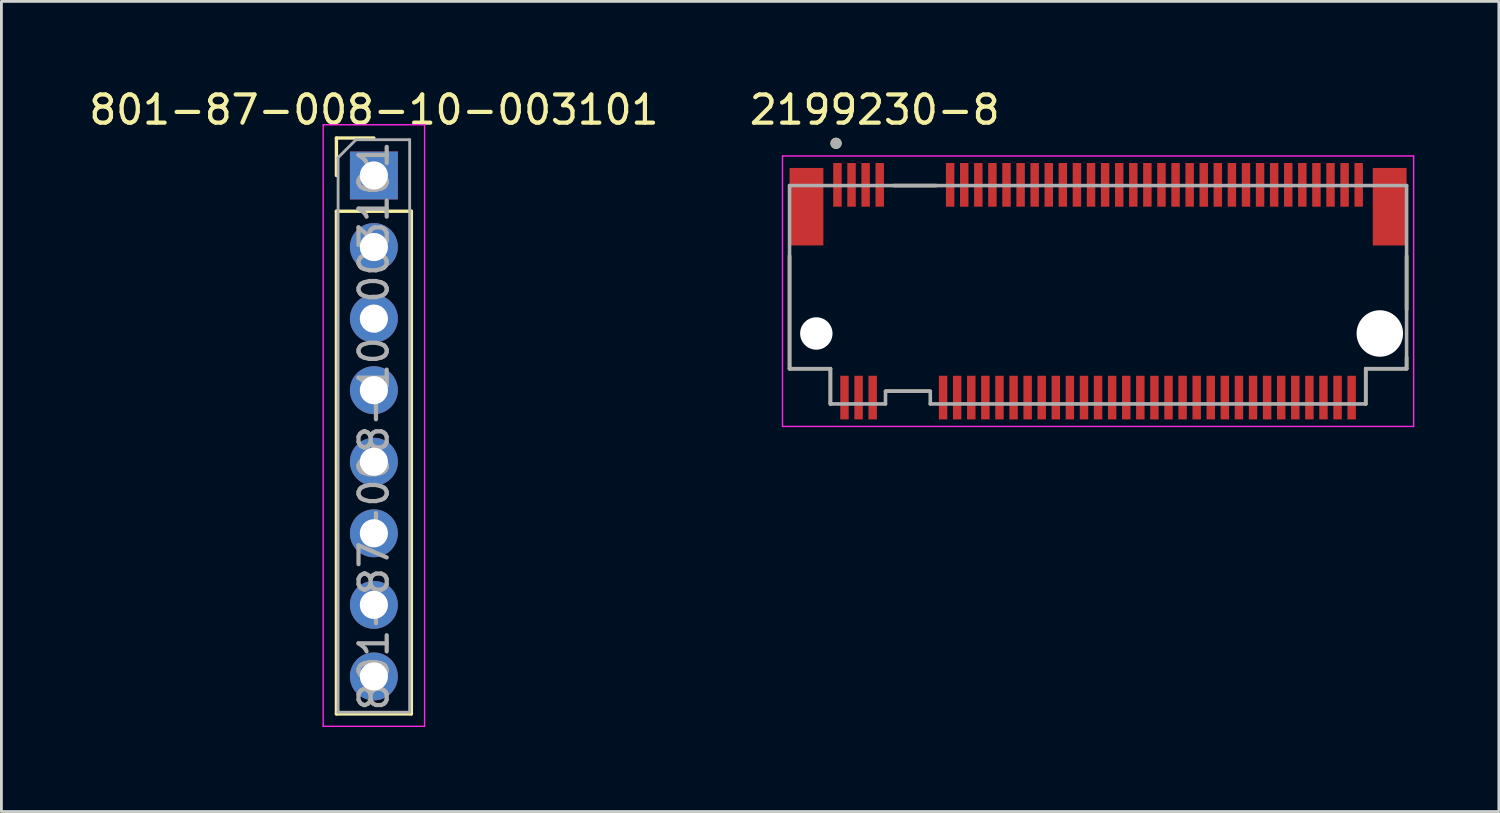
<source format=kicad_pcb>
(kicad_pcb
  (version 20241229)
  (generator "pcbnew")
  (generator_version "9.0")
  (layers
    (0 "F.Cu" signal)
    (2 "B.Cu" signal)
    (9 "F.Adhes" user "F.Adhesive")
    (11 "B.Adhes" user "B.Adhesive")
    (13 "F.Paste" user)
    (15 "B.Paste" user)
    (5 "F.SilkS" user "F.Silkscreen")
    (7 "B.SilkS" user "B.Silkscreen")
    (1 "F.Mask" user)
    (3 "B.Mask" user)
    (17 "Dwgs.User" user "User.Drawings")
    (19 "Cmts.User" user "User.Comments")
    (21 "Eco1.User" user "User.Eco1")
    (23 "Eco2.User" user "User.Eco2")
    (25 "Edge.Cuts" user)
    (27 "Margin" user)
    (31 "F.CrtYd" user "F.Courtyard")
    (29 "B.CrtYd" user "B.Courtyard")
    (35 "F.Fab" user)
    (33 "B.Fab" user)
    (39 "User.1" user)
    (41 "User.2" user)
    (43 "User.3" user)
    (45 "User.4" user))
  (footprint "801-87-008-10-003101"
    (layer "F.Cu")
    (at 10.22 3.178)
    (property "Reference" "801-87-008-10-003101" (at 0 -2.33 0) (layer "F.SilkS") (effects (font (size 1 1) (thickness 0.15))))
    (attr through_hole)
    (fp_line (start -1.33 -1.33) (end 0 -1.33) (stroke (width 0.12) (type solid)) (layer "F.SilkS"))
    (fp_line (start -1.33 0) (end -1.33 -1.33) (stroke (width 0.12) (type solid)) (layer "F.SilkS"))
    (fp_line (start -1.33 1.27) (end -1.33 19.11) (stroke (width 0.12) (type solid)) (layer "F.SilkS"))
    (fp_line (start -1.33 1.27) (end 1.33 1.27) (stroke (width 0.12) (type solid)) (layer "F.SilkS"))
    (fp_line (start -1.33 19.11) (end 1.33 19.11) (stroke (width 0.12) (type solid)) (layer "F.SilkS"))
    (fp_line (start 1.33 1.27) (end 1.33 19.11) (stroke (width 0.12) (type solid)) (layer "F.SilkS"))
    (fp_line (start -1.8 -1.8) (end -1.8 19.55) (stroke (width 0.05) (type solid)) (layer "F.CrtYd"))
    (fp_line (start -1.8 19.55) (end 1.8 19.55) (stroke (width 0.05) (type solid)) (layer "F.CrtYd"))
    (fp_line (start 1.8 -1.8) (end -1.8 -1.8) (stroke (width 0.05) (type solid)) (layer "F.CrtYd"))
    (fp_line (start 1.8 19.55) (end 1.8 -1.8) (stroke (width 0.05) (type solid)) (layer "F.CrtYd"))
    (fp_line (start -1.27 -0.635) (end -0.635 -1.27) (stroke (width 0.1) (type solid)) (layer "F.Fab"))
    (fp_line (start -1.27 19.05) (end -1.27 -0.635) (stroke (width 0.1) (type solid)) (layer "F.Fab"))
    (fp_line (start -0.635 -1.27) (end 1.27 -1.27) (stroke (width 0.1) (type solid)) (layer "F.Fab"))
    (fp_line (start 1.27 -1.27) (end 1.27 19.05) (stroke (width 0.1) (type solid)) (layer "F.Fab"))
    (fp_line (start 1.27 19.05) (end -1.27 19.05) (stroke (width 0.1) (type solid)) (layer "F.Fab"))
    (fp_text user "${REFERENCE}" (at 0 8.89 90) (layer "F.Fab") (effects (font (size 1 1) (thickness 0.15))))
    (pad "1" thru_hole rect (at 0 0) (size 1.7 1.7) (drill 1) (layers "*.Cu" "*.Mask"))
    (pad "2" thru_hole oval (at 0 2.54) (size 1.7 1.7) (drill 1) (layers "*.Cu" "*.Mask"))
    (pad "3" thru_hole oval (at 0 5.08) (size 1.7 1.7) (drill 1) (layers "*.Cu" "*.Mask"))
    (pad "4" thru_hole oval (at 0 7.62) (size 1.7 1.7) (drill 1) (layers "*.Cu" "*.Mask"))
    (pad "5" thru_hole oval (at 0 10.16) (size 1.7 1.7) (drill 1) (layers "*.Cu" "*.Mask"))
    (pad "6" thru_hole oval (at 0 12.7) (size 1.7 1.7) (drill 1) (layers "*.Cu" "*.Mask"))
    (pad "7" thru_hole oval (at 0 15.24) (size 1.7 1.7) (drill 1) (layers "*.Cu" "*.Mask"))
    (pad "8" thru_hole oval (at 0 17.78) (size 1.7 1.7) (drill 1) (layers "*.Cu" "*.Mask")))
  (footprint "2199230-8"
    (layer "F.Cu")
    (at 35.923 8.786)
    (property "Reference" "2199230-8" (at -7.928 -7.938 0) (layer "F.SilkS") (effects (font (size 1 1) (thickness 0.15))))
    (attr smd)
    (fp_line (start -10.95 1.25) (end -10.95 -2.75) (stroke (width 0.127) (type solid)) (layer "F.SilkS"))
    (fp_line (start -10.95 1.25) (end -9.5 1.25) (stroke (width 0.127) (type solid)) (layer "F.SilkS"))
    (fp_line (start -9.5 1.25) (end -9.5 2.5) (stroke (width 0.127) (type solid)) (layer "F.SilkS"))
    (fp_line (start -7.5 2.05) (end -6 2.05) (stroke (width 0.127) (type solid)) (layer "F.SilkS"))
    (fp_line (start -5.75 -5.25) (end -7.25 -5.25) (stroke (width 0.127) (type solid)) (layer "F.SilkS"))
    (fp_line (start 9.5 1.25) (end 9.5 2.5) (stroke (width 0.127) (type solid)) (layer "F.SilkS"))
    (fp_line (start 10.95 -0.85) (end 10.95 -2.75) (stroke (width 0.127) (type solid)) (layer "F.SilkS"))
    (fp_line (start 10.95 1.25) (end 9.5 1.25) (stroke (width 0.127) (type solid)) (layer "F.SilkS"))
    (fp_line (start 10.95 1.25) (end 10.95 0.85) (stroke (width 0.127) (type solid)) (layer "F.SilkS"))
    (fp_circle (center -9.3 -6.75) (end -9.2 -6.75) (stroke (width 0.2) (type solid)) (fill no) (layer "F.SilkS"))
    (fp_line (start -11.2 -6.3) (end 11.2 -6.3) (stroke (width 0.05) (type solid)) (layer "F.CrtYd"))
    (fp_line (start -11.2 3.3) (end -11.2 -6.3) (stroke (width 0.05) (type solid)) (layer "F.CrtYd"))
    (fp_line (start 11.2 -6.3) (end 11.2 3.3) (stroke (width 0.05) (type solid)) (layer "F.CrtYd"))
    (fp_line (start 11.2 3.3) (end -11.2 3.3) (stroke (width 0.05) (type solid)) (layer "F.CrtYd"))
    (fp_line (start -10.95 -5.25) (end -10.95 1.25) (stroke (width 0.127) (type solid)) (layer "F.Fab"))
    (fp_line (start -10.95 -5.25) (end 10.95 -5.25) (stroke (width 0.127) (type solid)) (layer "F.Fab"))
    (fp_line (start -10.95 1.25) (end -9.5 1.25) (stroke (width 0.127) (type solid)) (layer "F.Fab"))
    (fp_line (start -9.5 1.25) (end -9.5 2.5) (stroke (width 0.127) (type solid)) (layer "F.Fab"))
    (fp_line (start -9.5 2.5) (end -7.545 2.5) (stroke (width 0.127) (type solid)) (layer "F.Fab"))
    (fp_line (start -7.545 2.05) (end -5.955 2.05) (stroke (width 0.127) (type solid)) (layer "F.Fab"))
    (fp_line (start -7.545 2.5) (end -7.545 2.05) (stroke (width 0.127) (type solid)) (layer "F.Fab"))
    (fp_line (start -5.955 2.05) (end -5.955 2.5) (stroke (width 0.127) (type solid)) (layer "F.Fab"))
    (fp_line (start -5.955 2.5) (end 9.5 2.5) (stroke (width 0.127) (type solid)) (layer "F.Fab"))
    (fp_line (start 9.5 1.25) (end 9.5 2.5) (stroke (width 0.127) (type solid)) (layer "F.Fab"))
    (fp_line (start 10.95 -5.25) (end 10.95 1.25) (stroke (width 0.127) (type solid)) (layer "F.Fab"))
    (fp_line (start 10.95 1.25) (end 9.5 1.25) (stroke (width 0.127) (type solid)) (layer "F.Fab"))
    (fp_circle (center -9.3 -6.75) (end -9.2 -6.75) (stroke (width 0.2) (type solid)) (fill no) (layer "F.Fab"))
    (pad "" np_thru_hole circle (at -10 0) (size 1.15 1.15) (drill 1.15) (layers "*.Cu" "*.Mask"))
    (pad "" np_thru_hole circle (at 10 0) (size 1.65 1.65) (drill 1.65) (layers "*.Cu" "*.Mask"))
    (pad "1" smd rect (at -9.25 -5.275) (size 0.3 1.55) (layers "F.Cu" "F.Mask" "F.Paste"))
    (pad "2" smd rect (at -9 2.275) (size 0.3 1.55) (layers "F.Cu" "F.Mask" "F.Paste"))
    (pad "3" smd rect (at -8.75 -5.275) (size 0.3 1.55) (layers "F.Cu" "F.Mask" "F.Paste"))
    (pad "4" smd rect (at -8.5 2.275) (size 0.3 1.55) (layers "F.Cu" "F.Mask" "F.Paste"))
    (pad "5" smd rect (at -8.25 -5.275) (size 0.3 1.55) (layers "F.Cu" "F.Mask" "F.Paste"))
    (pad "6" smd rect (at -8 2.275) (size 0.3 1.55) (layers "F.Cu" "F.Mask" "F.Paste"))
    (pad "7" smd rect (at -7.75 -5.275) (size 0.3 1.55) (layers "F.Cu" "F.Mask" "F.Paste"))
    (pad "16" smd rect (at -5.5 2.275) (size 0.3 1.55) (layers "F.Cu" "F.Mask" "F.Paste"))
    (pad "17" smd rect (at -5.25 -5.275) (size 0.3 1.55) (layers "F.Cu" "F.Mask" "F.Paste"))
    (pad "18" smd rect (at -5 2.275) (size 0.3 1.55) (layers "F.Cu" "F.Mask" "F.Paste"))
    (pad "19" smd rect (at -4.75 -5.275) (size 0.3 1.55) (layers "F.Cu" "F.Mask" "F.Paste"))
    (pad "20" smd rect (at -4.5 2.275) (size 0.3 1.55) (layers "F.Cu" "F.Mask" "F.Paste"))
    (pad "21" smd rect (at -4.25 -5.275) (size 0.3 1.55) (layers "F.Cu" "F.Mask" "F.Paste"))
    (pad "22" smd rect (at -4 2.275) (size 0.3 1.55) (layers "F.Cu" "F.Mask" "F.Paste"))
    (pad "23" smd rect (at -3.75 -5.275) (size 0.3 1.55) (layers "F.Cu" "F.Mask" "F.Paste"))
    (pad "24" smd rect (at -3.5 2.275) (size 0.3 1.55) (layers "F.Cu" "F.Mask" "F.Paste"))
    (pad "25" smd rect (at -3.25 -5.275) (size 0.3 1.55) (layers "F.Cu" "F.Mask" "F.Paste"))
    (pad "26" smd rect (at -3 2.275) (size 0.3 1.55) (layers "F.Cu" "F.Mask" "F.Paste"))
    (pad "27" smd rect (at -2.75 -5.275) (size 0.3 1.55) (layers "F.Cu" "F.Mask" "F.Paste"))
    (pad "28" smd rect (at -2.5 2.275) (size 0.3 1.55) (layers "F.Cu" "F.Mask" "F.Paste"))
    (pad "29" smd rect (at -2.25 -5.275) (size 0.3 1.55) (layers "F.Cu" "F.Mask" "F.Paste"))
    (pad "30" smd rect (at -2 2.275) (size 0.3 1.55) (layers "F.Cu" "F.Mask" "F.Paste"))
    (pad "31" smd rect (at -1.75 -5.275) (size 0.3 1.55) (layers "F.Cu" "F.Mask" "F.Paste"))
    (pad "32" smd rect (at -1.5 2.275) (size 0.3 1.55) (layers "F.Cu" "F.Mask" "F.Paste"))
    (pad "33" smd rect (at -1.25 -5.275) (size 0.3 1.55) (layers "F.Cu" "F.Mask" "F.Paste"))
    (pad "34" smd rect (at -1 2.275) (size 0.3 1.55) (layers "F.Cu" "F.Mask" "F.Paste"))
    (pad "35" smd rect (at -0.75 -5.275) (size 0.3 1.55) (layers "F.Cu" "F.Mask" "F.Paste"))
    (pad "36" smd rect (at -0.5 2.275) (size 0.3 1.55) (layers "F.Cu" "F.Mask" "F.Paste"))
    (pad "37" smd rect (at -0.25 -5.275) (size 0.3 1.55) (layers "F.Cu" "F.Mask" "F.Paste"))
    (pad "38" smd rect (at 0 2.275) (size 0.3 1.55) (layers "F.Cu" "F.Mask" "F.Paste"))
    (pad "39" smd rect (at 0.25 -5.275) (size 0.3 1.55) (layers "F.Cu" "F.Mask" "F.Paste"))
    (pad "40" smd rect (at 0.5 2.275) (size 0.3 1.55) (layers "F.Cu" "F.Mask" "F.Paste"))
    (pad "41" smd rect (at 0.75 -5.275) (size 0.3 1.55) (layers "F.Cu" "F.Mask" "F.Paste"))
    (pad "42" smd rect (at 1 2.275) (size 0.3 1.55) (layers "F.Cu" "F.Mask" "F.Paste"))
    (pad "43" smd rect (at 1.25 -5.275) (size 0.3 1.55) (layers "F.Cu" "F.Mask" "F.Paste"))
    (pad "44" smd rect (at 1.5 2.275) (size 0.3 1.55) (layers "F.Cu" "F.Mask" "F.Paste"))
    (pad "45" smd rect (at 1.75 -5.275) (size 0.3 1.55) (layers "F.Cu" "F.Mask" "F.Paste"))
    (pad "46" smd rect (at 2 2.275) (size 0.3 1.55) (layers "F.Cu" "F.Mask" "F.Paste"))
    (pad "47" smd rect (at 2.25 -5.275) (size 0.3 1.55) (layers "F.Cu" "F.Mask" "F.Paste"))
    (pad "48" smd rect (at 2.5 2.275) (size 0.3 1.55) (layers "F.Cu" "F.Mask" "F.Paste"))
    (pad "49" smd rect (at 2.75 -5.275) (size 0.3 1.55) (layers "F.Cu" "F.Mask" "F.Paste"))
    (pad "50" smd rect (at 3 2.275) (size 0.3 1.55) (layers "F.Cu" "F.Mask" "F.Paste"))
    (pad "51" smd rect (at 3.25 -5.275) (size 0.3 1.55) (layers "F.Cu" "F.Mask" "F.Paste"))
    (pad "52" smd rect (at 3.5 2.275) (size 0.3 1.55) (layers "F.Cu" "F.Mask" "F.Paste"))
    (pad "53" smd rect (at 3.75 -5.275) (size 0.3 1.55) (layers "F.Cu" "F.Mask" "F.Paste"))
    (pad "54" smd rect (at 4 2.275) (size 0.3 1.55) (layers "F.Cu" "F.Mask" "F.Paste"))
    (pad "55" smd rect (at 4.25 -5.275) (size 0.3 1.55) (layers "F.Cu" "F.Mask" "F.Paste"))
    (pad "56" smd rect (at 4.5 2.275) (size 0.3 1.55) (layers "F.Cu" "F.Mask" "F.Paste"))
    (pad "57" smd rect (at 4.75 -5.275) (size 0.3 1.55) (layers "F.Cu" "F.Mask" "F.Paste"))
    (pad "58" smd rect (at 5 2.275) (size 0.3 1.55) (layers "F.Cu" "F.Mask" "F.Paste"))
    (pad "59" smd rect (at 5.25 -5.275) (size 0.3 1.55) (layers "F.Cu" "F.Mask" "F.Paste"))
    (pad "60" smd rect (at 5.5 2.275) (size 0.3 1.55) (layers "F.Cu" "F.Mask" "F.Paste"))
    (pad "61" smd rect (at 5.75 -5.275) (size 0.3 1.55) (layers "F.Cu" "F.Mask" "F.Paste"))
    (pad "62" smd rect (at 6 2.275) (size 0.3 1.55) (layers "F.Cu" "F.Mask" "F.Paste"))
    (pad "63" smd rect (at 6.25 -5.275) (size 0.3 1.55) (layers "F.Cu" "F.Mask" "F.Paste"))
    (pad "64" smd rect (at 6.5 2.275) (size 0.3 1.55) (layers "F.Cu" "F.Mask" "F.Paste"))
    (pad "65" smd rect (at 6.75 -5.275) (size 0.3 1.55) (layers "F.Cu" "F.Mask" "F.Paste"))
    (pad "66" smd rect (at 7 2.275) (size 0.3 1.55) (layers "F.Cu" "F.Mask" "F.Paste"))
    (pad "67" smd rect (at 7.25 -5.275) (size 0.3 1.55) (layers "F.Cu" "F.Mask" "F.Paste"))
    (pad "68" smd rect (at 7.5 2.275) (size 0.3 1.55) (layers "F.Cu" "F.Mask" "F.Paste"))
    (pad "69" smd rect (at 7.75 -5.275) (size 0.3 1.55) (layers "F.Cu" "F.Mask" "F.Paste"))
    (pad "70" smd rect (at 8 2.275) (size 0.3 1.55) (layers "F.Cu" "F.Mask" "F.Paste"))
    (pad "71" smd rect (at 8.25 -5.275) (size 0.3 1.55) (layers "F.Cu" "F.Mask" "F.Paste"))
    (pad "72" smd rect (at 8.5 2.275) (size 0.3 1.55) (layers "F.Cu" "F.Mask" "F.Paste"))
    (pad "73" smd rect (at 8.75 -5.275) (size 0.3 1.55) (layers "F.Cu" "F.Mask" "F.Paste"))
    (pad "74" smd rect (at 9 2.275) (size 0.3 1.55) (layers "F.Cu" "F.Mask" "F.Paste"))
    (pad "75" smd rect (at 9.25 -5.275) (size 0.3 1.55) (layers "F.Cu" "F.Mask" "F.Paste"))
    (pad "SH1" smd rect (at -10.35 -4.5) (size 1.2 2.75) (layers "F.Cu" "F.Mask" "F.Paste"))
    (pad "SH2" smd rect (at 10.35 -4.5) (size 1.2 2.75) (layers "F.Cu" "F.Mask" "F.Paste")))
  (gr_rect
    (start -3 -3)
    (end 50.148 25.753)
    (stroke (width 0.1) (type default))
    (fill no)
    (layer "Edge.Cuts")))
</source>
